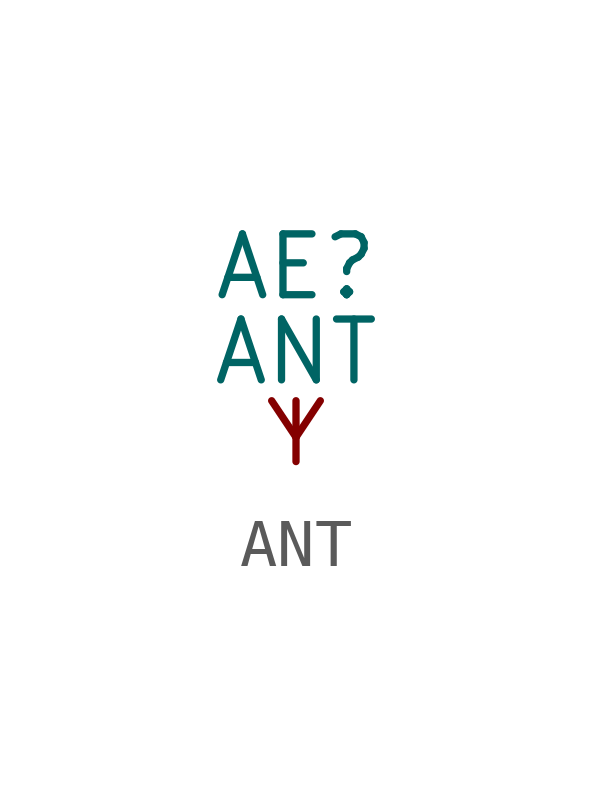
<source format=kicad_sym>
(kicad_symbol_lib
  (version 20211014)
  (generator kicad_symbol_editor)
  (symbol "ANT"
    (pin_numbers hide)
    (pin_names
      (offset 0) hide)
    (property "Reference" "AE"
      (at 0 4.064 0)
      (effects (font (size 1.27 1.27))))
    (property "Value" "ANT"
      (at 0 2.286 0)
      (effects (font (size 1.27 1.27))))
    (symbol "ANT_0_1"
      (polyline (pts (xy 0 0.508) (xy -0.508 1.27)) (stroke (width 0) (type default) (color 0 0 0 0)) (fill (type none)))
      (polyline (pts (xy 0 0.508) (xy 0.508 1.27)) (stroke (width 0) (type default) (color 0 0 0 0)) (fill (type none))))
    (symbol "ANT_1_1"
      (pin passive line (at 0 0 90) (length 1.27) (name "1" (effects (font (size 1.27 1.27)))) (number "1" (effects (font (size 1.27 1.27))))))))
</source>
